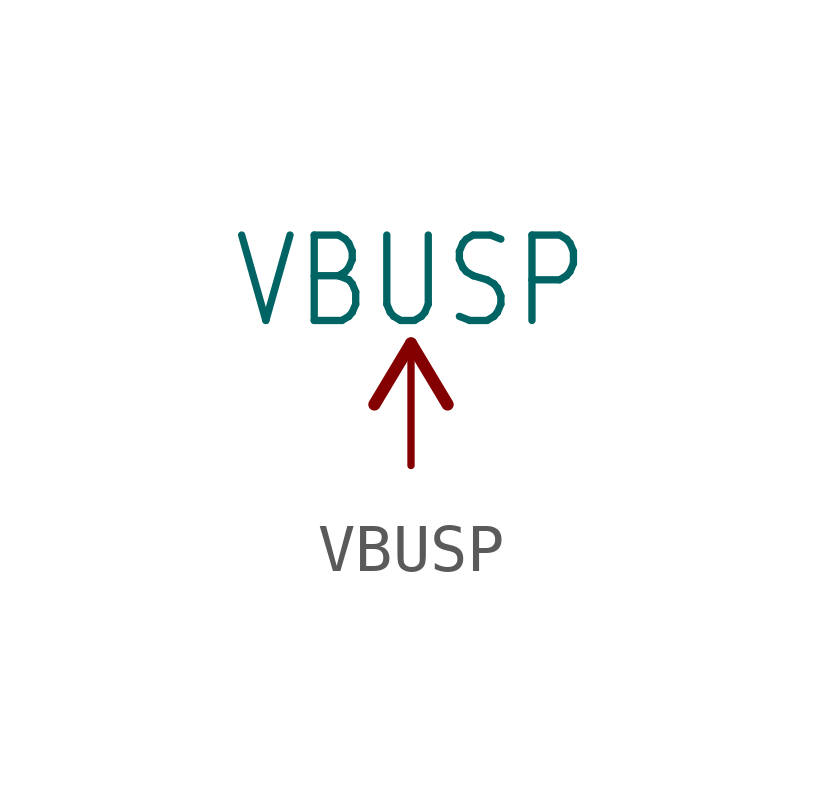
<source format=kicad_sym>
(kicad_symbol_lib
  (version 20220914)
  (generator kicad_symbol_editor)
  (symbol "VBUSP"
    (power)
    (property "Reference" "#VBUSP"
      (at 0 0 0)
      (effects (font (size 1.27 1.27)) hide))
    (property "Value" "VBUSP"
      (at 0 2.794 0)
      (effects (font (size 1.778 1.511)) (justify bottom)))
    (property "ki_locked" ""
      (at 0 0 0)
      (effects (font (size 1.27 1.27))))
    (symbol "VBUSP_1_0"
      (polyline (pts (xy 0 2.54) (xy -0.762 1.27)) (stroke (width 0.254) (type solid)) (fill (type none)))
      (polyline (pts (xy 0.762 1.27) (xy 0 2.54)) (stroke (width 0.254) (type solid)) (fill (type none)))
      (pin power_in line (at 0 0 90) (length 2.54) (name "VBUSP" (effects (font (size 0 0)))) (number "1" (effects (font (size 0 0))))))))
</source>
